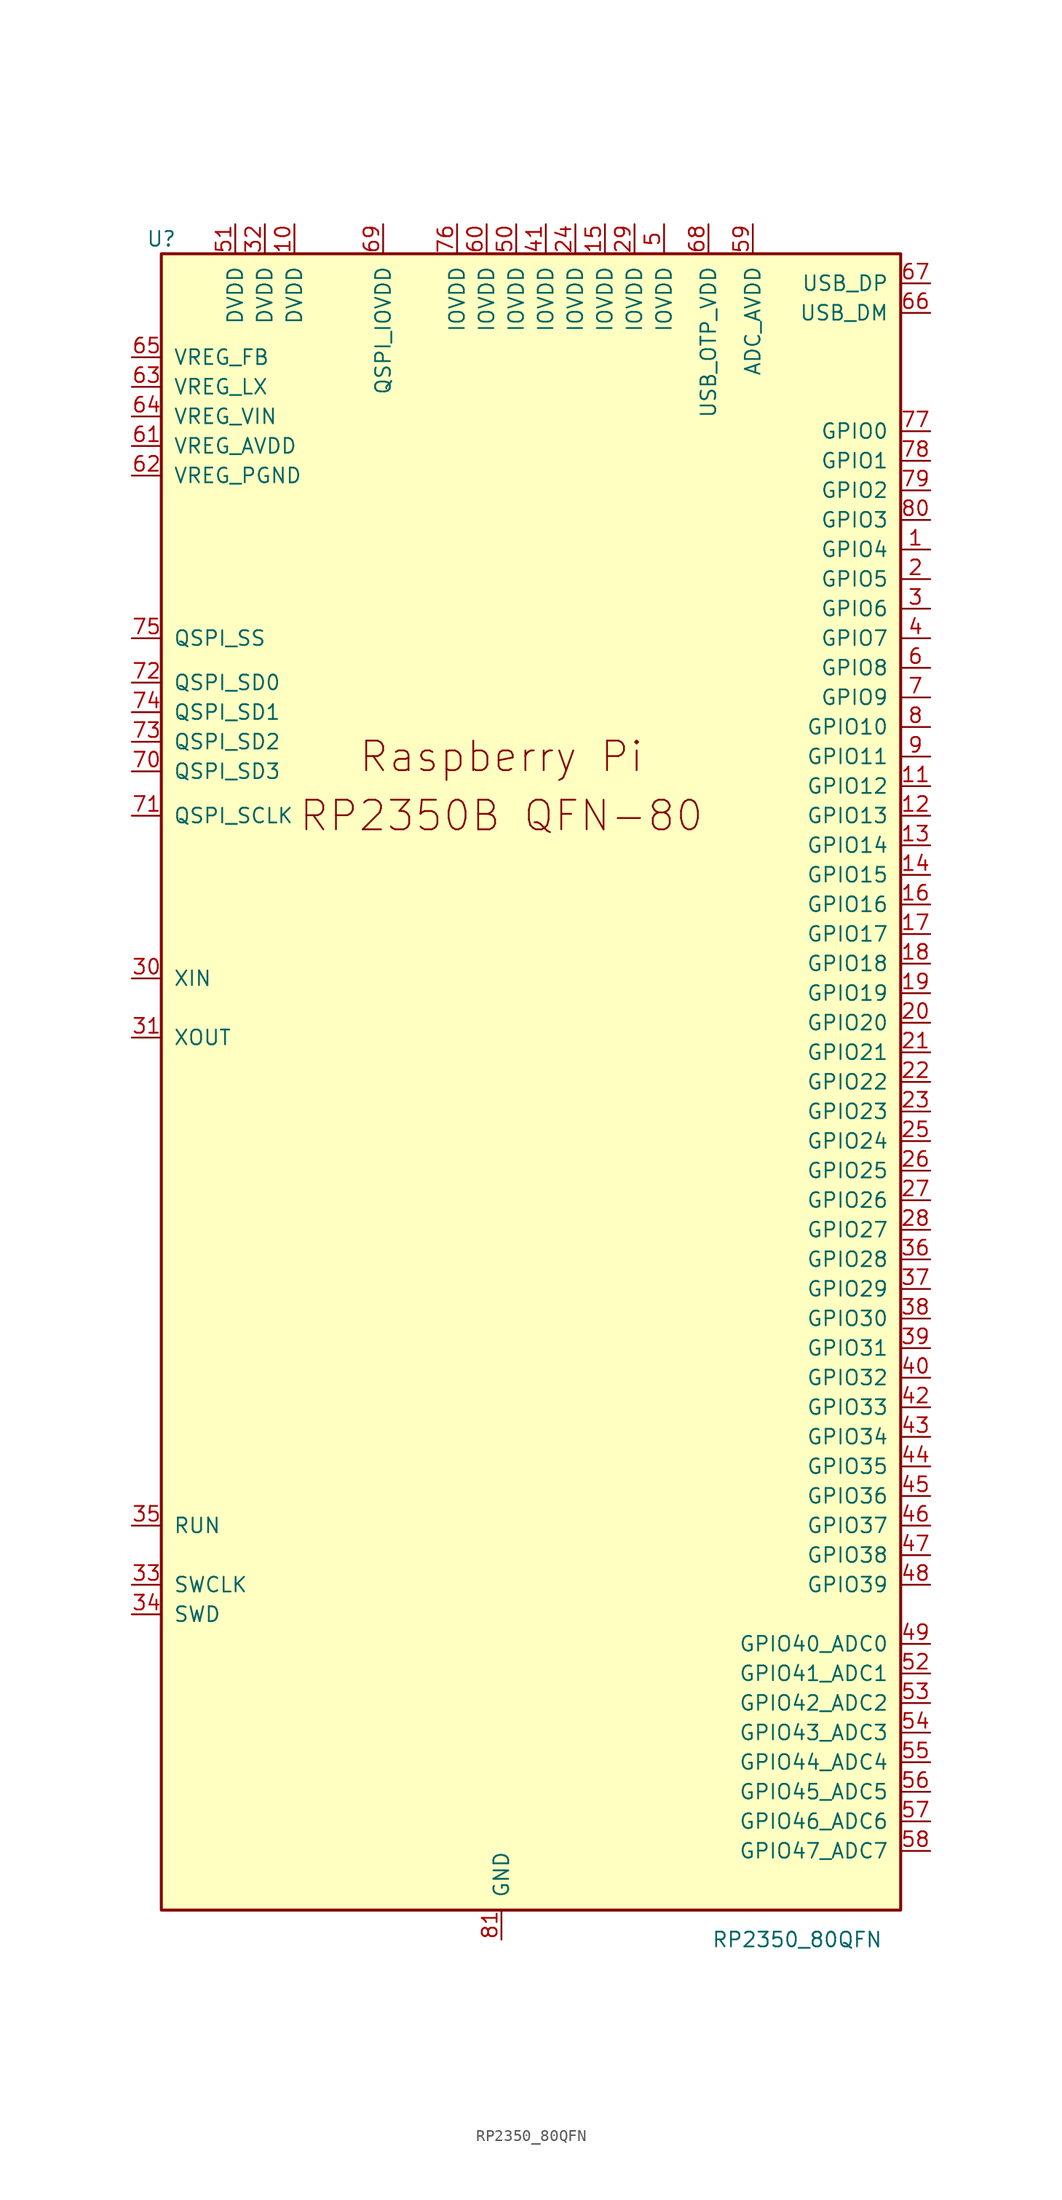
<source format=kicad_sym>
(kicad_symbol_lib
  (version 20241209)
  (generator "kicad_symbol_editor")
  (generator_version "9.0")
  (symbol "RP2350_80QFN"
    (pin_names
      (offset 1.016))
    (property "Reference" "U"
      (at -29.21 49.53 0)
      (effects (font (size 1.27 1.27))))
    (property "Value" "RP2350_80QFN"
      (at 25.4 -96.52 0)
      (effects (font (size 1.27 1.27))))
    (symbol "RP2350_80QFN_0_0"
      (text "Raspberry Pi" (at 0 5.08 0) (effects (font (size 2.54 2.54)))))
    (symbol "RP2350_80QFN_0_1"
      (rectangle (start -29.21 48.26) (end 34.29 -93.98) (stroke (width 0.254) (type default)) (fill (type background))))
    (symbol "RP2350_80QFN_1_0"
      (text "RP2350B QFN-80" (at 0 0 0) (effects (font (size 2.54 2.54)))))
    (symbol "RP2350_80QFN_1_1"
      (pin input line (at -31.75 39.37 0) (length 2.54) (name "VREG_FB" (effects (font (size 1.27 1.27)))) (number "65" (effects (font (size 1.27 1.27)))))
      (pin power_out line (at -31.75 36.83 0) (length 2.54) (name "VREG_LX" (effects (font (size 1.27 1.27)))) (number "63" (effects (font (size 1.27 1.27)))))
      (pin power_in line (at -31.75 34.29 0) (length 2.54) (name "VREG_VIN" (effects (font (size 1.27 1.27)))) (number "64" (effects (font (size 1.27 1.27)))))
      (pin power_in line (at -31.75 31.75 0) (length 2.54) (name "VREG_AVDD" (effects (font (size 1.27 1.27)))) (number "61" (effects (font (size 1.27 1.27)))))
      (pin power_in line (at -31.75 29.21 0) (length 2.54) (name "VREG_PGND" (effects (font (size 1.27 1.27)))) (number "62" (effects (font (size 1.27 1.27)))))
      (pin bidirectional line (at -31.75 15.24 0) (length 2.54) (name "QSPI_SS" (effects (font (size 1.27 1.27)))) (number "75" (effects (font (size 1.27 1.27)))))
      (pin bidirectional line (at -31.75 11.43 0) (length 2.54) (name "QSPI_SD0" (effects (font (size 1.27 1.27)))) (number "72" (effects (font (size 1.27 1.27)))))
      (pin bidirectional line (at -31.75 8.89 0) (length 2.54) (name "QSPI_SD1" (effects (font (size 1.27 1.27)))) (number "74" (effects (font (size 1.27 1.27)))))
      (pin bidirectional line (at -31.75 6.35 0) (length 2.54) (name "QSPI_SD2" (effects (font (size 1.27 1.27)))) (number "73" (effects (font (size 1.27 1.27)))))
      (pin bidirectional line (at -31.75 3.81 0) (length 2.54) (name "QSPI_SD3" (effects (font (size 1.27 1.27)))) (number "70" (effects (font (size 1.27 1.27)))))
      (pin output line (at -31.75 0 0) (length 2.54) (name "QSPI_SCLK" (effects (font (size 1.27 1.27)))) (number "71" (effects (font (size 1.27 1.27)))))
      (pin input line (at -31.75 -13.97 0) (length 2.54) (name "XIN" (effects (font (size 1.27 1.27)))) (number "30" (effects (font (size 1.27 1.27)))))
      (pin passive line (at -31.75 -19.05 0) (length 2.54) (name "XOUT" (effects (font (size 1.27 1.27)))) (number "31" (effects (font (size 1.27 1.27)))))
      (pin input line (at -31.75 -60.96 0) (length 2.54) (name "RUN" (effects (font (size 1.27 1.27)))) (number "35" (effects (font (size 1.27 1.27)))))
      (pin output line (at -31.75 -66.04 0) (length 2.54) (name "SWCLK" (effects (font (size 1.27 1.27)))) (number "33" (effects (font (size 1.27 1.27)))))
      (pin bidirectional line (at -31.75 -68.58 0) (length 2.54) (name "SWD" (effects (font (size 1.27 1.27)))) (number "34" (effects (font (size 1.27 1.27)))))
      (pin power_in line (at -22.86 50.8 270) (length 2.54) (name "DVDD" (effects (font (size 1.27 1.27)))) (number "51" (effects (font (size 1.27 1.27)))))
      (pin power_in line (at -20.32 50.8 270) (length 2.54) (name "DVDD" (effects (font (size 1.27 1.27)))) (number "32" (effects (font (size 1.27 1.27)))))
      (pin power_in line (at -17.78 50.8 270) (length 2.54) (name "DVDD" (effects (font (size 1.27 1.27)))) (number "10" (effects (font (size 1.27 1.27)))))
      (pin power_in line (at -10.16 50.8 270) (length 2.54) (name "QSPI_IOVDD" (effects (font (size 1.27 1.27)))) (number "69" (effects (font (size 1.27 1.27)))))
      (pin power_in line (at -3.81 50.8 270) (length 2.54) (name "IOVDD" (effects (font (size 1.27 1.27)))) (number "76" (effects (font (size 1.27 1.27)))))
      (pin power_in line (at -1.27 50.8 270) (length 2.54) (name "IOVDD" (effects (font (size 1.27 1.27)))) (number "60" (effects (font (size 1.27 1.27)))))
      (pin power_in line (at 0 -96.52 90) (length 2.54) (name "GND" (effects (font (size 1.27 1.27)))) (number "81" (effects (font (size 1.27 1.27)))))
      (pin power_in line (at 1.27 50.8 270) (length 2.54) (name "IOVDD" (effects (font (size 1.27 1.27)))) (number "50" (effects (font (size 1.27 1.27)))))
      (pin power_in line (at 3.81 50.8 270) (length 2.54) (name "IOVDD" (effects (font (size 1.27 1.27)))) (number "41" (effects (font (size 1.27 1.27)))))
      (pin power_in line (at 6.35 50.8 270) (length 2.54) (name "IOVDD" (effects (font (size 1.27 1.27)))) (number "24" (effects (font (size 1.27 1.27)))))
      (pin power_in line (at 8.89 50.8 270) (length 2.54) (name "IOVDD" (effects (font (size 1.27 1.27)))) (number "15" (effects (font (size 1.27 1.27)))))
      (pin power_in line (at 11.43 50.8 270) (length 2.54) (name "IOVDD" (effects (font (size 1.27 1.27)))) (number "29" (effects (font (size 1.27 1.27)))))
      (pin power_in line (at 13.97 50.8 270) (length 2.54) (name "IOVDD" (effects (font (size 1.27 1.27)))) (number "5" (effects (font (size 1.27 1.27)))))
      (pin power_in line (at 17.78 50.8 270) (length 2.54) (name "USB_OTP_VDD" (effects (font (size 1.27 1.27)))) (number "68" (effects (font (size 1.27 1.27)))))
      (pin power_in line (at 21.59 50.8 270) (length 2.54) (name "ADC_AVDD" (effects (font (size 1.27 1.27)))) (number "59" (effects (font (size 1.27 1.27)))))
      (pin bidirectional line (at 36.83 45.72 180) (length 2.54) (name "USB_DP" (effects (font (size 1.27 1.27)))) (number "67" (effects (font (size 1.27 1.27)))))
      (pin bidirectional line (at 36.83 43.18 180) (length 2.54) (name "USB_DM" (effects (font (size 1.27 1.27)))) (number "66" (effects (font (size 1.27 1.27)))))
      (pin bidirectional line (at 36.83 33.02 180) (length 2.54) (name "GPIO0" (effects (font (size 1.27 1.27)))) (number "77" (effects (font (size 1.27 1.27)))))
      (pin bidirectional line (at 36.83 30.48 180) (length 2.54) (name "GPIO1" (effects (font (size 1.27 1.27)))) (number "78" (effects (font (size 1.27 1.27)))))
      (pin bidirectional line (at 36.83 27.94 180) (length 2.54) (name "GPIO2" (effects (font (size 1.27 1.27)))) (number "79" (effects (font (size 1.27 1.27)))))
      (pin bidirectional line (at 36.83 25.4 180) (length 2.54) (name "GPIO3" (effects (font (size 1.27 1.27)))) (number "80" (effects (font (size 1.27 1.27)))))
      (pin bidirectional line (at 36.83 22.86 180) (length 2.54) (name "GPIO4" (effects (font (size 1.27 1.27)))) (number "1" (effects (font (size 1.27 1.27)))))
      (pin bidirectional line (at 36.83 20.32 180) (length 2.54) (name "GPIO5" (effects (font (size 1.27 1.27)))) (number "2" (effects (font (size 1.27 1.27)))))
      (pin bidirectional line (at 36.83 17.78 180) (length 2.54) (name "GPIO6" (effects (font (size 1.27 1.27)))) (number "3" (effects (font (size 1.27 1.27)))))
      (pin bidirectional line (at 36.83 15.24 180) (length 2.54) (name "GPIO7" (effects (font (size 1.27 1.27)))) (number "4" (effects (font (size 1.27 1.27)))))
      (pin bidirectional line (at 36.83 12.7 180) (length 2.54) (name "GPIO8" (effects (font (size 1.27 1.27)))) (number "6" (effects (font (size 1.27 1.27)))))
      (pin bidirectional line (at 36.83 10.16 180) (length 2.54) (name "GPIO9" (effects (font (size 1.27 1.27)))) (number "7" (effects (font (size 1.27 1.27)))))
      (pin bidirectional line (at 36.83 7.62 180) (length 2.54) (name "GPIO10" (effects (font (size 1.27 1.27)))) (number "8" (effects (font (size 1.27 1.27)))))
      (pin bidirectional line (at 36.83 5.08 180) (length 2.54) (name "GPIO11" (effects (font (size 1.27 1.27)))) (number "9" (effects (font (size 1.27 1.27)))))
      (pin bidirectional line (at 36.83 2.54 180) (length 2.54) (name "GPIO12" (effects (font (size 1.27 1.27)))) (number "11" (effects (font (size 1.27 1.27)))))
      (pin bidirectional line (at 36.83 0 180) (length 2.54) (name "GPIO13" (effects (font (size 1.27 1.27)))) (number "12" (effects (font (size 1.27 1.27)))))
      (pin bidirectional line (at 36.83 -2.54 180) (length 2.54) (name "GPIO14" (effects (font (size 1.27 1.27)))) (number "13" (effects (font (size 1.27 1.27)))))
      (pin bidirectional line (at 36.83 -5.08 180) (length 2.54) (name "GPIO15" (effects (font (size 1.27 1.27)))) (number "14" (effects (font (size 1.27 1.27)))))
      (pin bidirectional line (at 36.83 -7.62 180) (length 2.54) (name "GPIO16" (effects (font (size 1.27 1.27)))) (number "16" (effects (font (size 1.27 1.27)))))
      (pin bidirectional line (at 36.83 -10.16 180) (length 2.54) (name "GPIO17" (effects (font (size 1.27 1.27)))) (number "17" (effects (font (size 1.27 1.27)))))
      (pin bidirectional line (at 36.83 -12.7 180) (length 2.54) (name "GPIO18" (effects (font (size 1.27 1.27)))) (number "18" (effects (font (size 1.27 1.27)))))
      (pin bidirectional line (at 36.83 -15.24 180) (length 2.54) (name "GPIO19" (effects (font (size 1.27 1.27)))) (number "19" (effects (font (size 1.27 1.27)))))
      (pin bidirectional line (at 36.83 -17.78 180) (length 2.54) (name "GPIO20" (effects (font (size 1.27 1.27)))) (number "20" (effects (font (size 1.27 1.27)))))
      (pin bidirectional line (at 36.83 -20.32 180) (length 2.54) (name "GPIO21" (effects (font (size 1.27 1.27)))) (number "21" (effects (font (size 1.27 1.27)))))
      (pin bidirectional line (at 36.83 -22.86 180) (length 2.54) (name "GPIO22" (effects (font (size 1.27 1.27)))) (number "22" (effects (font (size 1.27 1.27)))))
      (pin bidirectional line (at 36.83 -25.4 180) (length 2.54) (name "GPIO23" (effects (font (size 1.27 1.27)))) (number "23" (effects (font (size 1.27 1.27)))))
      (pin bidirectional line (at 36.83 -27.94 180) (length 2.54) (name "GPIO24" (effects (font (size 1.27 1.27)))) (number "25" (effects (font (size 1.27 1.27)))))
      (pin bidirectional line (at 36.83 -30.48 180) (length 2.54) (name "GPIO25" (effects (font (size 1.27 1.27)))) (number "26" (effects (font (size 1.27 1.27)))))
      (pin bidirectional line (at 36.83 -33.02 180) (length 2.54) (name "GPIO26" (effects (font (size 1.27 1.27)))) (number "27" (effects (font (size 1.27 1.27)))))
      (pin bidirectional line (at 36.83 -35.56 180) (length 2.54) (name "GPIO27" (effects (font (size 1.27 1.27)))) (number "28" (effects (font (size 1.27 1.27)))))
      (pin bidirectional line (at 36.83 -38.1 180) (length 2.54) (name "GPIO28" (effects (font (size 1.27 1.27)))) (number "36" (effects (font (size 1.27 1.27)))))
      (pin bidirectional line (at 36.83 -40.64 180) (length 2.54) (name "GPIO29" (effects (font (size 1.27 1.27)))) (number "37" (effects (font (size 1.27 1.27)))))
      (pin bidirectional line (at 36.83 -43.18 180) (length 2.54) (name "GPIO30" (effects (font (size 1.27 1.27)))) (number "38" (effects (font (size 1.27 1.27)))))
      (pin bidirectional line (at 36.83 -45.72 180) (length 2.54) (name "GPIO31" (effects (font (size 1.27 1.27)))) (number "39" (effects (font (size 1.27 1.27)))))
      (pin bidirectional line (at 36.83 -48.26 180) (length 2.54) (name "GPIO32" (effects (font (size 1.27 1.27)))) (number "40" (effects (font (size 1.27 1.27)))))
      (pin bidirectional line (at 36.83 -50.8 180) (length 2.54) (name "GPIO33" (effects (font (size 1.27 1.27)))) (number "42" (effects (font (size 1.27 1.27)))))
      (pin bidirectional line (at 36.83 -53.34 180) (length 2.54) (name "GPIO34" (effects (font (size 1.27 1.27)))) (number "43" (effects (font (size 1.27 1.27)))))
      (pin bidirectional line (at 36.83 -55.88 180) (length 2.54) (name "GPIO35" (effects (font (size 1.27 1.27)))) (number "44" (effects (font (size 1.27 1.27)))))
      (pin bidirectional line (at 36.83 -58.42 180) (length 2.54) (name "GPIO36" (effects (font (size 1.27 1.27)))) (number "45" (effects (font (size 1.27 1.27)))))
      (pin bidirectional line (at 36.83 -60.96 180) (length 2.54) (name "GPIO37" (effects (font (size 1.27 1.27)))) (number "46" (effects (font (size 1.27 1.27)))))
      (pin bidirectional line (at 36.83 -63.5 180) (length 2.54) (name "GPIO38" (effects (font (size 1.27 1.27)))) (number "47" (effects (font (size 1.27 1.27)))))
      (pin bidirectional line (at 36.83 -66.04 180) (length 2.54) (name "GPIO39" (effects (font (size 1.27 1.27)))) (number "48" (effects (font (size 1.27 1.27)))))
      (pin bidirectional line (at 36.83 -71.12 180) (length 2.54) (name "GPIO40_ADC0" (effects (font (size 1.27 1.27)))) (number "49" (effects (font (size 1.27 1.27)))))
      (pin bidirectional line (at 36.83 -73.66 180) (length 2.54) (name "GPIO41_ADC1" (effects (font (size 1.27 1.27)))) (number "52" (effects (font (size 1.27 1.27)))))
      (pin bidirectional line (at 36.83 -76.2 180) (length 2.54) (name "GPIO42_ADC2" (effects (font (size 1.27 1.27)))) (number "53" (effects (font (size 1.27 1.27)))))
      (pin bidirectional line (at 36.83 -78.74 180) (length 2.54) (name "GPIO43_ADC3" (effects (font (size 1.27 1.27)))) (number "54" (effects (font (size 1.27 1.27)))))
      (pin bidirectional line (at 36.83 -81.28 180) (length 2.54) (name "GPIO44_ADC4" (effects (font (size 1.27 1.27)))) (number "55" (effects (font (size 1.27 1.27)))))
      (pin bidirectional line (at 36.83 -83.82 180) (length 2.54) (name "GPIO45_ADC5" (effects (font (size 1.27 1.27)))) (number "56" (effects (font (size 1.27 1.27)))))
      (pin bidirectional line (at 36.83 -86.36 180) (length 2.54) (name "GPIO46_ADC6" (effects (font (size 1.27 1.27)))) (number "57" (effects (font (size 1.27 1.27)))))
      (pin bidirectional line (at 36.83 -88.9 180) (length 2.54) (name "GPIO47_ADC7" (effects (font (size 1.27 1.27)))) (number "58" (effects (font (size 1.27 1.27))))))))
</source>
